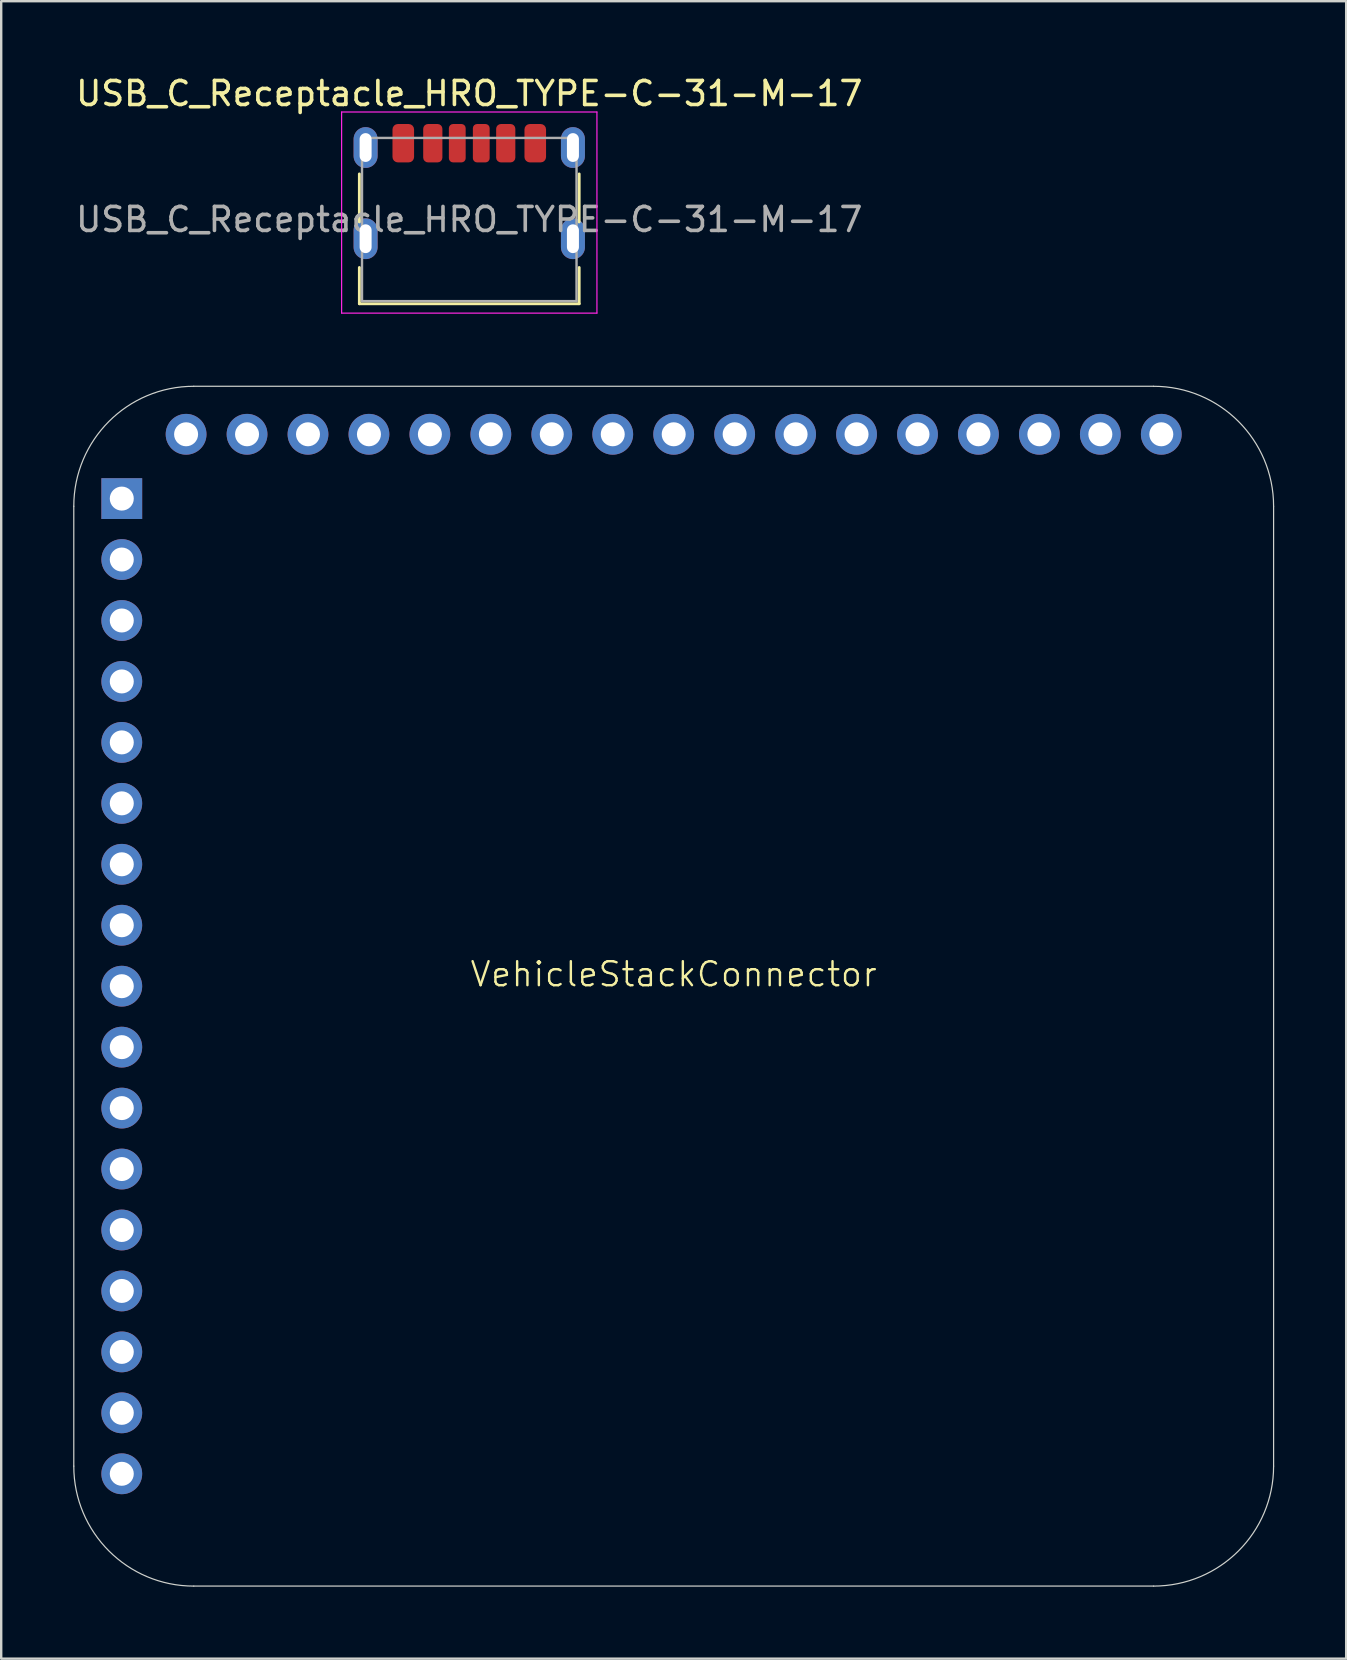
<source format=kicad_pcb>
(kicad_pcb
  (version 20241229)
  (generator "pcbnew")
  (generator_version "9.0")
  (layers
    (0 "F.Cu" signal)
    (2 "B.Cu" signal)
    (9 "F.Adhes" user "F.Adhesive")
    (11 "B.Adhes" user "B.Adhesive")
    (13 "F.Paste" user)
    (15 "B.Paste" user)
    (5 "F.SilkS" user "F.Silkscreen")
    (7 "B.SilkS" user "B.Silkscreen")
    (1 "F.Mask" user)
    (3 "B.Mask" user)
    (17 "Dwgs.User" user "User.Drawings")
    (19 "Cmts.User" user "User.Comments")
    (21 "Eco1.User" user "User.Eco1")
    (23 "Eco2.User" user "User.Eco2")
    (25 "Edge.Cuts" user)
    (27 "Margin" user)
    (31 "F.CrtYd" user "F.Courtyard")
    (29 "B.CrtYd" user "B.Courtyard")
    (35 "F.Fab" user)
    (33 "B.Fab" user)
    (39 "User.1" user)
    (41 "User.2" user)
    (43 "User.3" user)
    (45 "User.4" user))
  (footprint "USB_C_Receptacle_HRO_TYPE-C-31-M-17"
    (layer "F.Cu")
    (at 16.506 6.098)
    (property "Reference" "USB_C_Receptacle_HRO_TYPE-C-31-M-17" (at 0 -5.25 0) (layer "F.SilkS") (effects (font (size 1 1) (thickness 0.15))))
    (attr smd)
    (fp_line (start -4.58 -1.9) (end -4.58 0.1) (stroke (width 0.12) (type solid)) (layer "F.SilkS"))
    (fp_line (start -4.58 2) (end -4.58 3.51) (stroke (width 0.12) (type solid)) (layer "F.SilkS"))
    (fp_line (start -4.58 3.51) (end 4.58 3.51) (stroke (width 0.12) (type solid)) (layer "F.SilkS"))
    (fp_line (start 4.58 -1.9) (end 4.58 0.1) (stroke (width 0.12) (type solid)) (layer "F.SilkS"))
    (fp_line (start 4.58 2) (end 4.58 3.51) (stroke (width 0.12) (type solid)) (layer "F.SilkS"))
    (fp_line (start -5.32 -4.48) (end -5.32 3.9) (stroke (width 0.05) (type solid)) (layer "F.CrtYd"))
    (fp_line (start -5.32 -4.48) (end 5.32 -4.48) (stroke (width 0.05) (type solid)) (layer "F.CrtYd"))
    (fp_line (start -5.32 3.9) (end 5.32 3.9) (stroke (width 0.05) (type solid)) (layer "F.CrtYd"))
    (fp_line (start 5.32 -4.48) (end 5.32 3.9) (stroke (width 0.05) (type solid)) (layer "F.CrtYd"))
    (fp_line (start -4.47 -3.4) (end -4.47 3.4) (stroke (width 0.1) (type solid)) (layer "F.Fab"))
    (fp_line (start -4.47 -3.4) (end 4.47 -3.4) (stroke (width 0.1) (type solid)) (layer "F.Fab"))
    (fp_line (start -4.47 3.4) (end 4.47 3.4) (stroke (width 0.1) (type solid)) (layer "F.Fab"))
    (fp_line (start 4.47 -3.4) (end 4.47 3.4) (stroke (width 0.1) (type solid)) (layer "F.Fab"))
    (fp_text user "${REFERENCE}" (at 0 0 0) (layer "F.Fab") (effects (font (size 1 1) (thickness 0.15))))
    (pad "A5" smd roundrect (at -0.5 -3.18) (size 0.7 1.6) (layers "F.Cu" "F.Mask" "F.Paste") (roundrect_rratio 0.25))
    (pad "A9" smd roundrect (at 1.52 -3.18) (size 0.8 1.6) (layers "F.Cu" "F.Mask" "F.Paste") (roundrect_rratio 0.25))
    (pad "A12" smd roundrect (at 2.75 -3.18) (size 0.9 1.6) (layers "F.Cu" "F.Mask" "F.Paste") (roundrect_rratio 0.25))
    (pad "B5" smd roundrect (at 0.5 -3.18) (size 0.7 1.6) (layers "F.Cu" "F.Mask" "F.Paste") (roundrect_rratio 0.25))
    (pad "B9" smd roundrect (at -1.52 -3.18) (size 0.8 1.6) (layers "F.Cu" "F.Mask" "F.Paste") (roundrect_rratio 0.25))
    (pad "B12" smd roundrect (at -2.75 -3.18) (size 0.9 1.6) (layers "F.Cu" "F.Mask" "F.Paste") (roundrect_rratio 0.25))
    (pad "S1" thru_hole oval (at -4.32 -3) (size 1 1.7) (drill oval 0.5 1.2) (property pad_prop_heatsink) (layers "*.Cu" "*.Mask"))
    (pad "S1" thru_hole oval (at -4.32 0.8) (size 1 1.7) (drill oval 0.5 1.2) (property pad_prop_heatsink) (layers "*.Cu" "*.Mask"))
    (pad "S1" thru_hole oval (at 4.32 -3) (size 1 1.7) (drill oval 0.5 1.2) (property pad_prop_heatsink) (layers "*.Cu" "*.Mask"))
    (pad "S1" thru_hole oval (at 4.32 0.8) (size 1 1.7) (drill oval 0.5 1.2) (property pad_prop_heatsink) (layers "*.Cu" "*.Mask")))
  (footprint "VehicleStackConnector"
    (layer "F.Cu")
    (at 25.025 38.048)
    (property "Reference" "VehicleStackConnector" (at 0 -0.5 0) (unlocked yes) (layer "F.SilkS") (effects (font (size 1 1) (thickness 0.1))))
    (attr smd)
    (fp_line (start -25 20) (end -25 -20) (stroke (width 0.05) (type default)) (layer "Edge.Cuts"))
    (fp_line (start -20 -25) (end 20 -25) (stroke (width 0.05) (type default)) (layer "Edge.Cuts"))
    (fp_line (start 20 25) (end -20 25) (stroke (width 0.05) (type default)) (layer "Edge.Cuts"))
    (fp_line (start 25 -20) (end 25 20) (stroke (width 0.05) (type default)) (layer "Edge.Cuts"))
    (fp_arc (start -25 -20) (mid -23.535534 -23.535534) (end -20 -25) (stroke (width 0.05) (type default)) (layer "Edge.Cuts"))
    (fp_arc (start -20 25) (mid -23.535534 23.535534) (end -25 20) (stroke (width 0.05) (type default)) (layer "Edge.Cuts"))
    (fp_arc (start 20 -25) (mid 23.535534 -23.535534) (end 25 -20) (stroke (width 0.05) (type default)) (layer "Edge.Cuts"))
    (fp_arc (start 25 20) (mid 23.535534 23.535534) (end 20 25) (stroke (width 0.05) (type default)) (layer "Edge.Cuts"))
    (pad "1" thru_hole rect (at -23 -20.32) (size 1.7 1.7) (drill 1) (layers "*.Cu" "*.Mask"))
    (pad "2" thru_hole circle (at -23 -17.78) (size 1.7 1.7) (drill 1) (layers "*.Cu" "*.Mask"))
    (pad "3" thru_hole circle (at -23 -15.24) (size 1.7 1.7) (drill 1) (layers "*.Cu" "*.Mask"))
    (pad "4" thru_hole circle (at -23 -12.7) (size 1.7 1.7) (drill 1) (layers "*.Cu" "*.Mask"))
    (pad "5" thru_hole oval (at -23 -10.16) (size 1.7 1.7) (drill 1) (layers "*.Cu" "*.Mask"))
    (pad "6" thru_hole circle (at -23 -7.62) (size 1.7 1.7) (drill 1) (layers "*.Cu" "*.Mask"))
    (pad "7" thru_hole circle (at -23 -5.08) (size 1.7 1.7) (drill 1) (layers "*.Cu" "*.Mask"))
    (pad "8" thru_hole circle (at -23 -2.54) (size 1.7 1.7) (drill 1) (layers "*.Cu" "*.Mask"))
    (pad "9" thru_hole circle (at -23 0) (size 1.7 1.7) (drill 1) (layers "*.Cu" "*.Mask"))
    (pad "10" thru_hole circle (at -23 2.54) (size 1.7 1.7) (drill 1) (layers "*.Cu" "*.Mask"))
    (pad "11" thru_hole circle (at -23 5.08) (size 1.7 1.7) (drill 1) (layers "*.Cu" "*.Mask"))
    (pad "12" thru_hole circle (at -23 7.62) (size 1.7 1.7) (drill 1) (layers "*.Cu" "*.Mask"))
    (pad "13" thru_hole circle (at -23 10.16) (size 1.7 1.7) (drill 1) (layers "*.Cu" "*.Mask"))
    (pad "14" thru_hole circle (at -23 12.7) (size 1.7 1.7) (drill 1) (layers "*.Cu" "*.Mask"))
    (pad "15" thru_hole circle (at -23 15.24) (size 1.7 1.7) (drill 1) (layers "*.Cu" "*.Mask"))
    (pad "16" thru_hole circle (at -23 17.78) (size 1.7 1.7) (drill 1) (layers "*.Cu" "*.Mask"))
    (pad "17" thru_hole circle (at -23 20.32) (size 1.7 1.7) (drill 1) (layers "*.Cu" "*.Mask"))
    (pad "18" thru_hole circle (at -20.32 -23 90) (size 1.7 1.7) (drill 1) (layers "*.Cu" "*.Mask"))
    (pad "19" thru_hole circle (at -17.78 -23 90) (size 1.7 1.7) (drill 1) (layers "*.Cu" "*.Mask"))
    (pad "20" thru_hole circle (at -15.24 -23 90) (size 1.7 1.7) (drill 1) (layers "*.Cu" "*.Mask"))
    (pad "21" thru_hole circle (at -12.7 -23 90) (size 1.7 1.7) (drill 1) (layers "*.Cu" "*.Mask"))
    (pad "22" thru_hole oval (at -10.16 -23 90) (size 1.7 1.7) (drill 1) (layers "*.Cu" "*.Mask"))
    (pad "23" thru_hole circle (at -7.62 -23 90) (size 1.7 1.7) (drill 1) (layers "*.Cu" "*.Mask"))
    (pad "24" thru_hole circle (at -5.08 -23 90) (size 1.7 1.7) (drill 1) (layers "*.Cu" "*.Mask"))
    (pad "25" thru_hole circle (at -2.54 -23 90) (size 1.7 1.7) (drill 1) (layers "*.Cu" "*.Mask"))
    (pad "26" thru_hole circle (at 0 -23 90) (size 1.7 1.7) (drill 1) (layers "*.Cu" "*.Mask"))
    (pad "27" thru_hole circle (at 2.54 -23 90) (size 1.7 1.7) (drill 1) (layers "*.Cu" "*.Mask"))
    (pad "28" thru_hole circle (at 5.08 -23 90) (size 1.7 1.7) (drill 1) (layers "*.Cu" "*.Mask"))
    (pad "29" thru_hole circle (at 7.62 -23 90) (size 1.7 1.7) (drill 1) (layers "*.Cu" "*.Mask"))
    (pad "30" thru_hole circle (at 10.16 -23 90) (size 1.7 1.7) (drill 1) (layers "*.Cu" "*.Mask"))
    (pad "31" thru_hole circle (at 12.7 -23 90) (size 1.7 1.7) (drill 1) (layers "*.Cu" "*.Mask"))
    (pad "32" thru_hole circle (at 15.24 -23 90) (size 1.7 1.7) (drill 1) (layers "*.Cu" "*.Mask"))
    (pad "33" thru_hole circle (at 17.78 -23 90) (size 1.7 1.7) (drill 1) (layers "*.Cu" "*.Mask"))
    (pad "34" thru_hole circle (at 20.32 -23 90) (size 1.7 1.7) (drill 1) (layers "*.Cu" "*.Mask")))
  (gr_rect
    (start -3 -3)
    (end 53.05 66.073)
    (stroke (width 0.1) (type default))
    (fill no)
    (layer "Edge.Cuts")))
</source>
